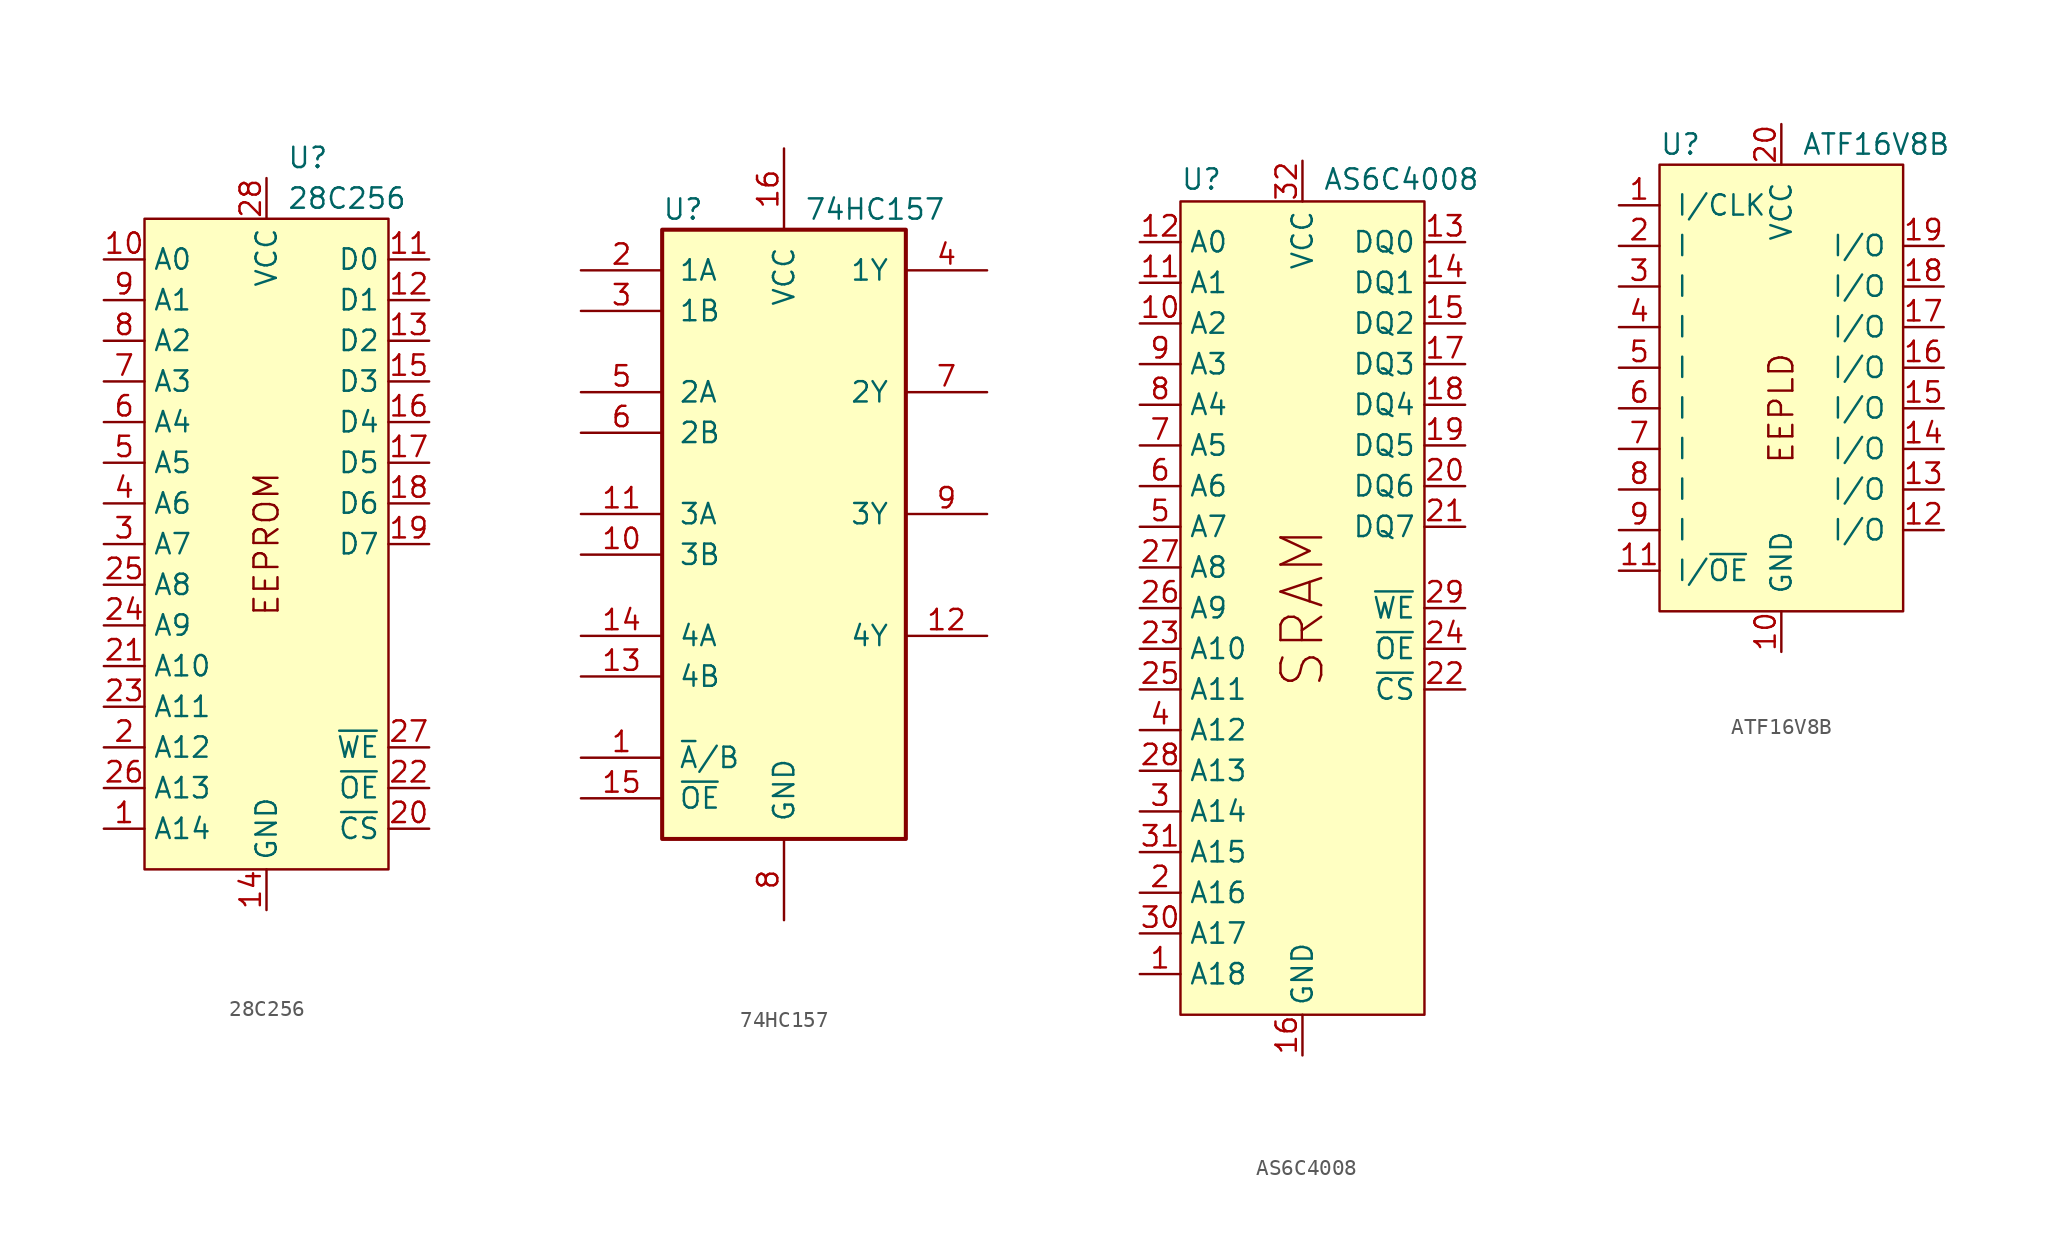
<source format=kicad_sym>
(kicad_symbol_lib
  (version 20220914)
  (generator kicad_symbol_editor)
  (symbol "28C256"
    (property "Reference" "U"
      (at 1.27 29.21 0)
      (effects (font (size 1.27 1.27)) (justify left)))
    (property "Value" "28C256"
      (at 1.27 26.67 0)
      (effects (font (size 1.27 1.27)) (justify left)))
    (symbol "28C256_0_0"
      (text "EEPROM" (at 0 5.08 900) (effects (font (size 1.499 1.499)))))
    (symbol "28C256_0_1"
      (rectangle (start 7.62 25.4) (end -7.62 -15.24) (stroke (width 0) (type default)) (fill (type background))))
    (symbol "28C256_1_1"
      (pin input line (at -10.16 -12.7 0) (length 2.54) (name "A14" (effects (font (size 1.27 1.27)))) (number "1" (effects (font (size 1.27 1.27)))))
      (pin input line (at -10.16 22.86 0) (length 2.54) (name "A0" (effects (font (size 1.27 1.27)))) (number "10" (effects (font (size 1.27 1.27)))))
      (pin tri_state line (at 10.16 22.86 180) (length 2.54) (name "D0" (effects (font (size 1.27 1.27)))) (number "11" (effects (font (size 1.27 1.27)))))
      (pin tri_state line (at 10.16 20.32 180) (length 2.54) (name "D1" (effects (font (size 1.27 1.27)))) (number "12" (effects (font (size 1.27 1.27)))))
      (pin tri_state line (at 10.16 17.78 180) (length 2.54) (name "D2" (effects (font (size 1.27 1.27)))) (number "13" (effects (font (size 1.27 1.27)))))
      (pin power_in line (at 0 -17.78 90) (length 2.54) (name "GND" (effects (font (size 1.27 1.27)))) (number "14" (effects (font (size 1.27 1.27)))))
      (pin tri_state line (at 10.16 15.24 180) (length 2.54) (name "D3" (effects (font (size 1.27 1.27)))) (number "15" (effects (font (size 1.27 1.27)))))
      (pin tri_state line (at 10.16 12.7 180) (length 2.54) (name "D4" (effects (font (size 1.27 1.27)))) (number "16" (effects (font (size 1.27 1.27)))))
      (pin tri_state line (at 10.16 10.16 180) (length 2.54) (name "D5" (effects (font (size 1.27 1.27)))) (number "17" (effects (font (size 1.27 1.27)))))
      (pin tri_state line (at 10.16 7.62 180) (length 2.54) (name "D6" (effects (font (size 1.27 1.27)))) (number "18" (effects (font (size 1.27 1.27)))))
      (pin tri_state line (at 10.16 5.08 180) (length 2.54) (name "D7" (effects (font (size 1.27 1.27)))) (number "19" (effects (font (size 1.27 1.27)))))
      (pin input line (at -10.16 -7.62 0) (length 2.54) (name "A12" (effects (font (size 1.27 1.27)))) (number "2" (effects (font (size 1.27 1.27)))))
      (pin input line (at 10.16 -12.7 180) (length 2.54) (name "~{CS}" (effects (font (size 1.27 1.27)))) (number "20" (effects (font (size 1.27 1.27)))))
      (pin input line (at -10.16 -2.54 0) (length 2.54) (name "A10" (effects (font (size 1.27 1.27)))) (number "21" (effects (font (size 1.27 1.27)))))
      (pin input line (at 10.16 -10.16 180) (length 2.54) (name "~{OE}" (effects (font (size 1.27 1.27)))) (number "22" (effects (font (size 1.27 1.27)))))
      (pin input line (at -10.16 -5.08 0) (length 2.54) (name "A11" (effects (font (size 1.27 1.27)))) (number "23" (effects (font (size 1.27 1.27)))))
      (pin input line (at -10.16 0 0) (length 2.54) (name "A9" (effects (font (size 1.27 1.27)))) (number "24" (effects (font (size 1.27 1.27)))))
      (pin input line (at -10.16 2.54 0) (length 2.54) (name "A8" (effects (font (size 1.27 1.27)))) (number "25" (effects (font (size 1.27 1.27)))))
      (pin input line (at -10.16 -10.16 0) (length 2.54) (name "A13" (effects (font (size 1.27 1.27)))) (number "26" (effects (font (size 1.27 1.27)))))
      (pin input line (at 10.16 -7.62 180) (length 2.54) (name "~{WE}" (effects (font (size 1.27 1.27)))) (number "27" (effects (font (size 1.27 1.27)))))
      (pin power_in line (at 0 27.94 270) (length 2.54) (name "VCC" (effects (font (size 1.27 1.27)))) (number "28" (effects (font (size 1.27 1.27)))))
      (pin input line (at -10.16 5.08 0) (length 2.54) (name "A7" (effects (font (size 1.27 1.27)))) (number "3" (effects (font (size 1.27 1.27)))))
      (pin input line (at -10.16 7.62 0) (length 2.54) (name "A6" (effects (font (size 1.27 1.27)))) (number "4" (effects (font (size 1.27 1.27)))))
      (pin input line (at -10.16 10.16 0) (length 2.54) (name "A5" (effects (font (size 1.27 1.27)))) (number "5" (effects (font (size 1.27 1.27)))))
      (pin input line (at -10.16 12.7 0) (length 2.54) (name "A4" (effects (font (size 1.27 1.27)))) (number "6" (effects (font (size 1.27 1.27)))))
      (pin input line (at -10.16 15.24 0) (length 2.54) (name "A3" (effects (font (size 1.27 1.27)))) (number "7" (effects (font (size 1.27 1.27)))))
      (pin input line (at -10.16 17.78 0) (length 2.54) (name "A2" (effects (font (size 1.27 1.27)))) (number "8" (effects (font (size 1.27 1.27)))))
      (pin input line (at -10.16 20.32 0) (length 2.54) (name "A1" (effects (font (size 1.27 1.27)))) (number "9" (effects (font (size 1.27 1.27)))))))
  (symbol "74HC157"
    (pin_names
      (offset 1.016))
    (property "Reference" "U"
      (at -7.62 19.05 0)
      (effects (font (size 1.27 1.27)) (justify left)))
    (property "Value" "74HC157"
      (at 1.27 19.05 0)
      (effects (font (size 1.27 1.27)) (justify left)))
    (symbol "74HC157_1_0"
      (pin input line (at -12.7 -15.24 0) (length 5.08) (name "~{A}/B" (effects (font (size 1.27 1.27)))) (number "1" (effects (font (size 1.27 1.27)))))
      (pin input line (at -12.7 -2.54 0) (length 5.08) (name "3B" (effects (font (size 1.27 1.27)))) (number "10" (effects (font (size 1.27 1.27)))))
      (pin input line (at -12.7 0 0) (length 5.08) (name "3A" (effects (font (size 1.27 1.27)))) (number "11" (effects (font (size 1.27 1.27)))))
      (pin output line (at 12.7 -7.62 180) (length 5.08) (name "4Y" (effects (font (size 1.27 1.27)))) (number "12" (effects (font (size 1.27 1.27)))))
      (pin input line (at -12.7 -10.16 0) (length 5.08) (name "4B" (effects (font (size 1.27 1.27)))) (number "13" (effects (font (size 1.27 1.27)))))
      (pin input line (at -12.7 -7.62 0) (length 5.08) (name "4A" (effects (font (size 1.27 1.27)))) (number "14" (effects (font (size 1.27 1.27)))))
      (pin input line (at -12.7 -17.78 0) (length 5.08) (name "~{OE}" (effects (font (size 1.27 1.27)))) (number "15" (effects (font (size 1.27 1.27)))))
      (pin power_in line (at 0 22.86 270) (length 5.08) (name "VCC" (effects (font (size 1.27 1.27)))) (number "16" (effects (font (size 1.27 1.27)))))
      (pin input line (at -12.7 15.24 0) (length 5.08) (name "1A" (effects (font (size 1.27 1.27)))) (number "2" (effects (font (size 1.27 1.27)))))
      (pin input line (at -12.7 12.7 0) (length 5.08) (name "1B" (effects (font (size 1.27 1.27)))) (number "3" (effects (font (size 1.27 1.27)))))
      (pin output line (at 12.7 15.24 180) (length 5.08) (name "1Y" (effects (font (size 1.27 1.27)))) (number "4" (effects (font (size 1.27 1.27)))))
      (pin input line (at -12.7 7.62 0) (length 5.08) (name "2A" (effects (font (size 1.27 1.27)))) (number "5" (effects (font (size 1.27 1.27)))))
      (pin input line (at -12.7 5.08 0) (length 5.08) (name "2B" (effects (font (size 1.27 1.27)))) (number "6" (effects (font (size 1.27 1.27)))))
      (pin output line (at 12.7 7.62 180) (length 5.08) (name "2Y" (effects (font (size 1.27 1.27)))) (number "7" (effects (font (size 1.27 1.27)))))
      (pin power_in line (at 0 -25.4 90) (length 5.08) (name "GND" (effects (font (size 1.27 1.27)))) (number "8" (effects (font (size 1.27 1.27)))))
      (pin output line (at 12.7 0 180) (length 5.08) (name "3Y" (effects (font (size 1.27 1.27)))) (number "9" (effects (font (size 1.27 1.27))))))
    (symbol "74HC157_1_1"
      (rectangle (start -7.62 17.78) (end 7.62 -20.32) (stroke (width 0.254) (type default)) (fill (type background)))))
  (symbol "AS6C4008"
    (property "Reference" "U"
      (at -7.62 0.635 0)
      (effects (font (size 1.27 1.27)) (justify left bottom)))
    (property "Value" "AS6C4008"
      (at 1.27 0.635 0)
      (effects (font (size 1.27 1.27)) (justify left bottom)))
    (symbol "AS6C4008_0_0"
      (text "SRAM" (at 0 -25.4 900) (effects (font (size 2.54 2.54))))
      (pin power_in line (at 0 -53.34 90) (length 2.54) (name "GND" (effects (font (size 1.27 1.27)))) (number "16" (effects (font (size 1.27 1.27)))))
      (pin power_in line (at 0 2.54 270) (length 2.54) (name "VCC" (effects (font (size 1.27 1.27)))) (number "32" (effects (font (size 1.27 1.27))))))
    (symbol "AS6C4008_0_1"
      (rectangle (start -7.62 0) (end 7.62 -50.8) (stroke (width 0) (type default)) (fill (type background))))
    (symbol "AS6C4008_1_1"
      (pin input line (at -10.16 -48.26 0) (length 2.54) (name "A18" (effects (font (size 1.27 1.27)))) (number "1" (effects (font (size 1.27 1.27)))))
      (pin input line (at -10.16 -7.62 0) (length 2.54) (name "A2" (effects (font (size 1.27 1.27)))) (number "10" (effects (font (size 1.27 1.27)))))
      (pin input line (at -10.16 -5.08 0) (length 2.54) (name "A1" (effects (font (size 1.27 1.27)))) (number "11" (effects (font (size 1.27 1.27)))))
      (pin input line (at -10.16 -2.54 0) (length 2.54) (name "A0" (effects (font (size 1.27 1.27)))) (number "12" (effects (font (size 1.27 1.27)))))
      (pin tri_state line (at 10.16 -2.54 180) (length 2.54) (name "DQ0" (effects (font (size 1.27 1.27)))) (number "13" (effects (font (size 1.27 1.27)))))
      (pin tri_state line (at 10.16 -5.08 180) (length 2.54) (name "DQ1" (effects (font (size 1.27 1.27)))) (number "14" (effects (font (size 1.27 1.27)))))
      (pin tri_state line (at 10.16 -7.62 180) (length 2.54) (name "DQ2" (effects (font (size 1.27 1.27)))) (number "15" (effects (font (size 1.27 1.27)))))
      (pin tri_state line (at 10.16 -10.16 180) (length 2.54) (name "DQ3" (effects (font (size 1.27 1.27)))) (number "17" (effects (font (size 1.27 1.27)))))
      (pin tri_state line (at 10.16 -12.7 180) (length 2.54) (name "DQ4" (effects (font (size 1.27 1.27)))) (number "18" (effects (font (size 1.27 1.27)))))
      (pin tri_state line (at 10.16 -15.24 180) (length 2.54) (name "DQ5" (effects (font (size 1.27 1.27)))) (number "19" (effects (font (size 1.27 1.27)))))
      (pin input line (at -10.16 -43.18 0) (length 2.54) (name "A16" (effects (font (size 1.27 1.27)))) (number "2" (effects (font (size 1.27 1.27)))))
      (pin tri_state line (at 10.16 -17.78 180) (length 2.54) (name "DQ6" (effects (font (size 1.27 1.27)))) (number "20" (effects (font (size 1.27 1.27)))))
      (pin tri_state line (at 10.16 -20.32 180) (length 2.54) (name "DQ7" (effects (font (size 1.27 1.27)))) (number "21" (effects (font (size 1.27 1.27)))))
      (pin input line (at 10.16 -30.48 180) (length 2.54) (name "~{CS}" (effects (font (size 1.27 1.27)))) (number "22" (effects (font (size 1.27 1.27)))))
      (pin input line (at -10.16 -27.94 0) (length 2.54) (name "A10" (effects (font (size 1.27 1.27)))) (number "23" (effects (font (size 1.27 1.27)))))
      (pin input line (at 10.16 -27.94 180) (length 2.54) (name "~{OE}" (effects (font (size 1.27 1.27)))) (number "24" (effects (font (size 1.27 1.27)))))
      (pin input line (at -10.16 -30.48 0) (length 2.54) (name "A11" (effects (font (size 1.27 1.27)))) (number "25" (effects (font (size 1.27 1.27)))))
      (pin input line (at -10.16 -25.4 0) (length 2.54) (name "A9" (effects (font (size 1.27 1.27)))) (number "26" (effects (font (size 1.27 1.27)))))
      (pin input line (at -10.16 -22.86 0) (length 2.54) (name "A8" (effects (font (size 1.27 1.27)))) (number "27" (effects (font (size 1.27 1.27)))))
      (pin input line (at -10.16 -35.56 0) (length 2.54) (name "A13" (effects (font (size 1.27 1.27)))) (number "28" (effects (font (size 1.27 1.27)))))
      (pin input line (at 10.16 -25.4 180) (length 2.54) (name "~{WE}" (effects (font (size 1.27 1.27)))) (number "29" (effects (font (size 1.27 1.27)))))
      (pin input line (at -10.16 -38.1 0) (length 2.54) (name "A14" (effects (font (size 1.27 1.27)))) (number "3" (effects (font (size 1.27 1.27)))))
      (pin input line (at -10.16 -45.72 0) (length 2.54) (name "A17" (effects (font (size 1.27 1.27)))) (number "30" (effects (font (size 1.27 1.27)))))
      (pin input line (at -10.16 -40.64 0) (length 2.54) (name "A15" (effects (font (size 1.27 1.27)))) (number "31" (effects (font (size 1.27 1.27)))))
      (pin input line (at -10.16 -33.02 0) (length 2.54) (name "A12" (effects (font (size 1.27 1.27)))) (number "4" (effects (font (size 1.27 1.27)))))
      (pin input line (at -10.16 -20.32 0) (length 2.54) (name "A7" (effects (font (size 1.27 1.27)))) (number "5" (effects (font (size 1.27 1.27)))))
      (pin input line (at -10.16 -17.78 0) (length 2.54) (name "A6" (effects (font (size 1.27 1.27)))) (number "6" (effects (font (size 1.27 1.27)))))
      (pin input line (at -10.16 -15.24 0) (length 2.54) (name "A5" (effects (font (size 1.27 1.27)))) (number "7" (effects (font (size 1.27 1.27)))))
      (pin input line (at -10.16 -12.7 0) (length 2.54) (name "A4" (effects (font (size 1.27 1.27)))) (number "8" (effects (font (size 1.27 1.27)))))
      (pin input line (at -10.16 -10.16 0) (length 2.54) (name "A3" (effects (font (size 1.27 1.27)))) (number "9" (effects (font (size 1.27 1.27)))))))
  (symbol "ATF16V8B"
    (pin_names
      (offset 1.016))
    (property "Reference" "U"
      (at -7.62 0 0)
      (effects (font (size 1.27 1.27)) (justify left)))
    (property "Value" "ATF16V8B"
      (at 1.27 0 0)
      (effects (font (size 1.27 1.27)) (justify left)))
    (symbol "ATF16V8B_0_0"
      (text "EEPLD" (at 0 -16.51 900) (effects (font (size 1.499 1.499)))))
    (symbol "ATF16V8B_0_1"
      (rectangle (start -7.62 -1.27) (end 7.62 -29.21) (stroke (width 0) (type default)) (fill (type background))))
    (symbol "ATF16V8B_1_1"
      (pin input line (at -10.16 -3.81 0) (length 2.54) (name "I/CLK" (effects (font (size 1.27 1.27)))) (number "1" (effects (font (size 1.27 1.27)))))
      (pin power_in line (at 0 -31.75 90) (length 2.54) (name "GND" (effects (font (size 1.27 1.27)))) (number "10" (effects (font (size 1.27 1.27)))))
      (pin input line (at -10.16 -26.67 0) (length 2.54) (name "I/~{OE}" (effects (font (size 1.27 1.27)))) (number "11" (effects (font (size 1.27 1.27)))))
      (pin bidirectional line (at 10.16 -24.13 180) (length 2.54) (name "I/O" (effects (font (size 1.27 1.27)))) (number "12" (effects (font (size 1.27 1.27)))))
      (pin bidirectional line (at 10.16 -21.59 180) (length 2.54) (name "I/O" (effects (font (size 1.27 1.27)))) (number "13" (effects (font (size 1.27 1.27)))))
      (pin bidirectional line (at 10.16 -19.05 180) (length 2.54) (name "I/O" (effects (font (size 1.27 1.27)))) (number "14" (effects (font (size 1.27 1.27)))))
      (pin bidirectional line (at 10.16 -16.51 180) (length 2.54) (name "I/O" (effects (font (size 1.27 1.27)))) (number "15" (effects (font (size 1.27 1.27)))))
      (pin bidirectional line (at 10.16 -13.97 180) (length 2.54) (name "I/O" (effects (font (size 1.27 1.27)))) (number "16" (effects (font (size 1.27 1.27)))))
      (pin bidirectional line (at 10.16 -11.43 180) (length 2.54) (name "I/O" (effects (font (size 1.27 1.27)))) (number "17" (effects (font (size 1.27 1.27)))))
      (pin bidirectional line (at 10.16 -8.89 180) (length 2.54) (name "I/O" (effects (font (size 1.27 1.27)))) (number "18" (effects (font (size 1.27 1.27)))))
      (pin bidirectional line (at 10.16 -6.35 180) (length 2.54) (name "I/O" (effects (font (size 1.27 1.27)))) (number "19" (effects (font (size 1.27 1.27)))))
      (pin input line (at -10.16 -6.35 0) (length 2.54) (name "I" (effects (font (size 1.27 1.27)))) (number "2" (effects (font (size 1.27 1.27)))))
      (pin power_in line (at 0 1.27 270) (length 2.54) (name "VCC" (effects (font (size 1.27 1.27)))) (number "20" (effects (font (size 1.27 1.27)))))
      (pin input line (at -10.16 -8.89 0) (length 2.54) (name "I" (effects (font (size 1.27 1.27)))) (number "3" (effects (font (size 1.27 1.27)))))
      (pin input line (at -10.16 -11.43 0) (length 2.54) (name "I" (effects (font (size 1.27 1.27)))) (number "4" (effects (font (size 1.27 1.27)))))
      (pin input line (at -10.16 -13.97 0) (length 2.54) (name "I" (effects (font (size 1.27 1.27)))) (number "5" (effects (font (size 1.27 1.27)))))
      (pin input line (at -10.16 -16.51 0) (length 2.54) (name "I" (effects (font (size 1.27 1.27)))) (number "6" (effects (font (size 1.27 1.27)))))
      (pin input line (at -10.16 -19.05 0) (length 2.54) (name "I" (effects (font (size 1.27 1.27)))) (number "7" (effects (font (size 1.27 1.27)))))
      (pin input line (at -10.16 -21.59 0) (length 2.54) (name "I" (effects (font (size 1.27 1.27)))) (number "8" (effects (font (size 1.27 1.27)))))
      (pin input line (at -10.16 -24.13 0) (length 2.54) (name "I" (effects (font (size 1.27 1.27)))) (number "9" (effects (font (size 1.27 1.27))))))))
</source>
